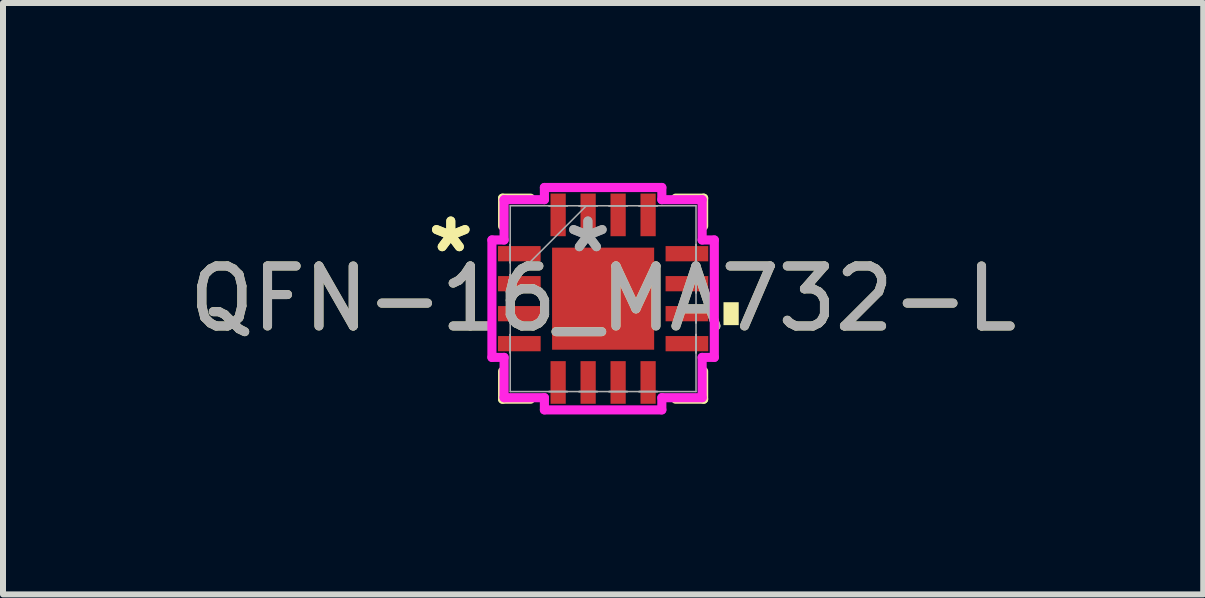
<source format=kicad_pcb>
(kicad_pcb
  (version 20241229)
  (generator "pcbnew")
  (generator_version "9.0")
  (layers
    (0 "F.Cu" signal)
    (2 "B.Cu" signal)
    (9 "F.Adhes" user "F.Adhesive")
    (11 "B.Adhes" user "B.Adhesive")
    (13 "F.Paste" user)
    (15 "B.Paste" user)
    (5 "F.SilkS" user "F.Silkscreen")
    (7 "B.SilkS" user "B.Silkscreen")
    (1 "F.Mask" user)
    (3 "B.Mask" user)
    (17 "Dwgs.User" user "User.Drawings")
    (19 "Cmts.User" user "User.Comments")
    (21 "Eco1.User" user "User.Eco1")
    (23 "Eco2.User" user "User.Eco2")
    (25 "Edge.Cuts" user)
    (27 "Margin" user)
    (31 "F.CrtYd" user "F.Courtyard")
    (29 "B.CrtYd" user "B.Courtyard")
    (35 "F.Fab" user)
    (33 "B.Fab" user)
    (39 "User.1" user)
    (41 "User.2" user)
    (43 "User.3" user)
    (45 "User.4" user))
  (footprint "QFN-16_MA732-L"
    (layer "F.Cu")
    (at 7.006 1.93)
    (property "Reference" "QFN-16_MA732-L" (at 0 0 0) (unlocked yes) (layer "F.SilkS") (effects (font (size 1 1) (thickness 0.15))))
    (attr smd)
    (fp_line (start -1.676 -1.676) (end -1.676 -1.21) (stroke (width 0.152) (type solid)) (layer "F.SilkS"))
    (fp_line (start -1.676 1.21) (end -1.676 1.676) (stroke (width 0.152) (type solid)) (layer "F.SilkS"))
    (fp_line (start -1.676 1.676) (end -1.21 1.676) (stroke (width 0.152) (type solid)) (layer "F.SilkS"))
    (fp_line (start -1.21 -1.676) (end -1.676 -1.676) (stroke (width 0.152) (type solid)) (layer "F.SilkS"))
    (fp_line (start 1.21 1.676) (end 1.676 1.676) (stroke (width 0.152) (type solid)) (layer "F.SilkS"))
    (fp_line (start 1.676 -1.676) (end 1.21 -1.676) (stroke (width 0.152) (type solid)) (layer "F.SilkS"))
    (fp_line (start 1.676 -1.21) (end 1.676 -1.676) (stroke (width 0.152) (type solid)) (layer "F.SilkS"))
    (fp_line (start 1.676 1.676) (end 1.676 1.21) (stroke (width 0.152) (type solid)) (layer "F.SilkS"))
    (fp_poly (pts (xy 2.261 0.059) (xy 2.261 0.441) (xy 2.007 0.441) (xy 2.007 0.059)) (stroke (width 0) (type solid)) (fill yes) (layer "F.SilkS"))
    (fp_line (start -1.854 -0.979) (end -1.651 -0.979) (stroke (width 0.152) (type solid)) (layer "F.CrtYd"))
    (fp_line (start -1.854 0.979) (end -1.854 -0.979) (stroke (width 0.152) (type solid)) (layer "F.CrtYd"))
    (fp_line (start -1.651 -1.651) (end -0.979 -1.651) (stroke (width 0.152) (type solid)) (layer "F.CrtYd"))
    (fp_line (start -1.651 -0.979) (end -1.651 -1.651) (stroke (width 0.152) (type solid)) (layer "F.CrtYd"))
    (fp_line (start -1.651 0.979) (end -1.854 0.979) (stroke (width 0.152) (type solid)) (layer "F.CrtYd"))
    (fp_line (start -1.651 1.651) (end -1.651 0.979) (stroke (width 0.152) (type solid)) (layer "F.CrtYd"))
    (fp_line (start -0.979 -1.854) (end 0.979 -1.854) (stroke (width 0.152) (type solid)) (layer "F.CrtYd"))
    (fp_line (start -0.979 -1.651) (end -0.979 -1.854) (stroke (width 0.152) (type solid)) (layer "F.CrtYd"))
    (fp_line (start -0.979 1.651) (end -1.651 1.651) (stroke (width 0.152) (type solid)) (layer "F.CrtYd"))
    (fp_line (start -0.979 1.854) (end -0.979 1.651) (stroke (width 0.152) (type solid)) (layer "F.CrtYd"))
    (fp_line (start 0.979 -1.854) (end 0.979 -1.651) (stroke (width 0.152) (type solid)) (layer "F.CrtYd"))
    (fp_line (start 0.979 -1.651) (end 1.651 -1.651) (stroke (width 0.152) (type solid)) (layer "F.CrtYd"))
    (fp_line (start 0.979 1.651) (end 0.979 1.854) (stroke (width 0.152) (type solid)) (layer "F.CrtYd"))
    (fp_line (start 0.979 1.854) (end -0.979 1.854) (stroke (width 0.152) (type solid)) (layer "F.CrtYd"))
    (fp_line (start 1.651 -1.651) (end 1.651 -0.979) (stroke (width 0.152) (type solid)) (layer "F.CrtYd"))
    (fp_line (start 1.651 -0.979) (end 1.854 -0.979) (stroke (width 0.152) (type solid)) (layer "F.CrtYd"))
    (fp_line (start 1.651 0.979) (end 1.651 1.651) (stroke (width 0.152) (type solid)) (layer "F.CrtYd"))
    (fp_line (start 1.651 1.651) (end 0.979 1.651) (stroke (width 0.152) (type solid)) (layer "F.CrtYd"))
    (fp_line (start 1.854 -0.979) (end 1.854 0.979) (stroke (width 0.152) (type solid)) (layer "F.CrtYd"))
    (fp_line (start 1.854 0.979) (end 1.651 0.979) (stroke (width 0.152) (type solid)) (layer "F.CrtYd"))
    (fp_line (start -1.549 -1.549) (end -1.549 1.549) (stroke (width 0.025) (type solid)) (layer "F.Fab"))
    (fp_line (start -1.549 -0.902) (end -1.549 -0.902) (stroke (width 0.025) (type solid)) (layer "F.Fab"))
    (fp_line (start -1.549 -0.902) (end -1.549 -0.598) (stroke (width 0.025) (type solid)) (layer "F.Fab"))
    (fp_line (start -1.549 -0.598) (end -1.549 -0.902) (stroke (width 0.025) (type solid)) (layer "F.Fab"))
    (fp_line (start -1.549 -0.598) (end -1.549 -0.598) (stroke (width 0.025) (type solid)) (layer "F.Fab"))
    (fp_line (start -1.549 -0.402) (end -1.549 -0.402) (stroke (width 0.025) (type solid)) (layer "F.Fab"))
    (fp_line (start -1.549 -0.402) (end -1.549 -0.098) (stroke (width 0.025) (type solid)) (layer "F.Fab"))
    (fp_line (start -1.549 -0.279) (end -0.279 -1.549) (stroke (width 0.025) (type solid)) (layer "F.Fab"))
    (fp_line (start -1.549 -0.098) (end -1.549 -0.402) (stroke (width 0.025) (type solid)) (layer "F.Fab"))
    (fp_line (start -1.549 -0.098) (end -1.549 -0.098) (stroke (width 0.025) (type solid)) (layer "F.Fab"))
    (fp_line (start -1.549 0.098) (end -1.549 0.098) (stroke (width 0.025) (type solid)) (layer "F.Fab"))
    (fp_line (start -1.549 0.098) (end -1.549 0.402) (stroke (width 0.025) (type solid)) (layer "F.Fab"))
    (fp_line (start -1.549 0.402) (end -1.549 0.098) (stroke (width 0.025) (type solid)) (layer "F.Fab"))
    (fp_line (start -1.549 0.402) (end -1.549 0.402) (stroke (width 0.025) (type solid)) (layer "F.Fab"))
    (fp_line (start -1.549 0.598) (end -1.549 0.598) (stroke (width 0.025) (type solid)) (layer "F.Fab"))
    (fp_line (start -1.549 0.598) (end -1.549 0.902) (stroke (width 0.025) (type solid)) (layer "F.Fab"))
    (fp_line (start -1.549 0.902) (end -1.549 0.598) (stroke (width 0.025) (type solid)) (layer "F.Fab"))
    (fp_line (start -1.549 0.902) (end -1.549 0.902) (stroke (width 0.025) (type solid)) (layer "F.Fab"))
    (fp_line (start -1.549 1.549) (end 1.549 1.549) (stroke (width 0.025) (type solid)) (layer "F.Fab"))
    (fp_line (start -0.902 -1.549) (end -0.902 -1.549) (stroke (width 0.025) (type solid)) (layer "F.Fab"))
    (fp_line (start -0.902 -1.549) (end -0.598 -1.549) (stroke (width 0.025) (type solid)) (layer "F.Fab"))
    (fp_line (start -0.902 1.549) (end -0.902 1.549) (stroke (width 0.025) (type solid)) (layer "F.Fab"))
    (fp_line (start -0.902 1.549) (end -0.598 1.549) (stroke (width 0.025) (type solid)) (layer "F.Fab"))
    (fp_line (start -0.598 -1.549) (end -0.902 -1.549) (stroke (width 0.025) (type solid)) (layer "F.Fab"))
    (fp_line (start -0.598 -1.549) (end -0.598 -1.549) (stroke (width 0.025) (type solid)) (layer "F.Fab"))
    (fp_line (start -0.598 1.549) (end -0.902 1.549) (stroke (width 0.025) (type solid)) (layer "F.Fab"))
    (fp_line (start -0.598 1.549) (end -0.598 1.549) (stroke (width 0.025) (type solid)) (layer "F.Fab"))
    (fp_line (start -0.402 -1.549) (end -0.402 -1.549) (stroke (width 0.025) (type solid)) (layer "F.Fab"))
    (fp_line (start -0.402 -1.549) (end -0.098 -1.549) (stroke (width 0.025) (type solid)) (layer "F.Fab"))
    (fp_line (start -0.402 1.549) (end -0.402 1.549) (stroke (width 0.025) (type solid)) (layer "F.Fab"))
    (fp_line (start -0.402 1.549) (end -0.098 1.549) (stroke (width 0.025) (type solid)) (layer "F.Fab"))
    (fp_line (start -0.098 -1.549) (end -0.402 -1.549) (stroke (width 0.025) (type solid)) (layer "F.Fab"))
    (fp_line (start -0.098 -1.549) (end -0.098 -1.549) (stroke (width 0.025) (type solid)) (layer "F.Fab"))
    (fp_line (start -0.098 1.549) (end -0.402 1.549) (stroke (width 0.025) (type solid)) (layer "F.Fab"))
    (fp_line (start -0.098 1.549) (end -0.098 1.549) (stroke (width 0.025) (type solid)) (layer "F.Fab"))
    (fp_line (start 0.098 -1.549) (end 0.098 -1.549) (stroke (width 0.025) (type solid)) (layer "F.Fab"))
    (fp_line (start 0.098 -1.549) (end 0.402 -1.549) (stroke (width 0.025) (type solid)) (layer "F.Fab"))
    (fp_line (start 0.098 1.549) (end 0.098 1.549) (stroke (width 0.025) (type solid)) (layer "F.Fab"))
    (fp_line (start 0.098 1.549) (end 0.402 1.549) (stroke (width 0.025) (type solid)) (layer "F.Fab"))
    (fp_line (start 0.402 -1.549) (end 0.098 -1.549) (stroke (width 0.025) (type solid)) (layer "F.Fab"))
    (fp_line (start 0.402 -1.549) (end 0.402 -1.549) (stroke (width 0.025) (type solid)) (layer "F.Fab"))
    (fp_line (start 0.402 1.549) (end 0.098 1.549) (stroke (width 0.025) (type solid)) (layer "F.Fab"))
    (fp_line (start 0.402 1.549) (end 0.402 1.549) (stroke (width 0.025) (type solid)) (layer "F.Fab"))
    (fp_line (start 0.598 -1.549) (end 0.598 -1.549) (stroke (width 0.025) (type solid)) (layer "F.Fab"))
    (fp_line (start 0.598 -1.549) (end 0.902 -1.549) (stroke (width 0.025) (type solid)) (layer "F.Fab"))
    (fp_line (start 0.598 1.549) (end 0.598 1.549) (stroke (width 0.025) (type solid)) (layer "F.Fab"))
    (fp_line (start 0.598 1.549) (end 0.902 1.549) (stroke (width 0.025) (type solid)) (layer "F.Fab"))
    (fp_line (start 0.902 -1.549) (end 0.598 -1.549) (stroke (width 0.025) (type solid)) (layer "F.Fab"))
    (fp_line (start 0.902 -1.549) (end 0.902 -1.549) (stroke (width 0.025) (type solid)) (layer "F.Fab"))
    (fp_line (start 0.902 1.549) (end 0.598 1.549) (stroke (width 0.025) (type solid)) (layer "F.Fab"))
    (fp_line (start 0.902 1.549) (end 0.902 1.549) (stroke (width 0.025) (type solid)) (layer "F.Fab"))
    (fp_line (start 1.549 -1.549) (end -1.549 -1.549) (stroke (width 0.025) (type solid)) (layer "F.Fab"))
    (fp_line (start 1.549 -0.902) (end 1.549 -0.902) (stroke (width 0.025) (type solid)) (layer "F.Fab"))
    (fp_line (start 1.549 -0.902) (end 1.549 -0.598) (stroke (width 0.025) (type solid)) (layer "F.Fab"))
    (fp_line (start 1.549 -0.598) (end 1.549 -0.902) (stroke (width 0.025) (type solid)) (layer "F.Fab"))
    (fp_line (start 1.549 -0.598) (end 1.549 -0.598) (stroke (width 0.025) (type solid)) (layer "F.Fab"))
    (fp_line (start 1.549 -0.402) (end 1.549 -0.402) (stroke (width 0.025) (type solid)) (layer "F.Fab"))
    (fp_line (start 1.549 -0.402) (end 1.549 -0.098) (stroke (width 0.025) (type solid)) (layer "F.Fab"))
    (fp_line (start 1.549 -0.098) (end 1.549 -0.402) (stroke (width 0.025) (type solid)) (layer "F.Fab"))
    (fp_line (start 1.549 -0.098) (end 1.549 -0.098) (stroke (width 0.025) (type solid)) (layer "F.Fab"))
    (fp_line (start 1.549 0.098) (end 1.549 0.098) (stroke (width 0.025) (type solid)) (layer "F.Fab"))
    (fp_line (start 1.549 0.098) (end 1.549 0.402) (stroke (width 0.025) (type solid)) (layer "F.Fab"))
    (fp_line (start 1.549 0.402) (end 1.549 0.098) (stroke (width 0.025) (type solid)) (layer "F.Fab"))
    (fp_line (start 1.549 0.402) (end 1.549 0.402) (stroke (width 0.025) (type solid)) (layer "F.Fab"))
    (fp_line (start 1.549 0.598) (end 1.549 0.598) (stroke (width 0.025) (type solid)) (layer "F.Fab"))
    (fp_line (start 1.549 0.598) (end 1.549 0.902) (stroke (width 0.025) (type solid)) (layer "F.Fab"))
    (fp_line (start 1.549 0.902) (end 1.549 0.598) (stroke (width 0.025) (type solid)) (layer "F.Fab"))
    (fp_line (start 1.549 0.902) (end 1.549 0.902) (stroke (width 0.025) (type solid)) (layer "F.Fab"))
    (fp_line (start 1.549 1.549) (end 1.549 -1.549) (stroke (width 0.025) (type solid)) (layer "F.Fab"))
    (fp_text user "*" (at -2.54 -0.75 0) (layer "F.SilkS") (effects (font (size 1 1) (thickness 0.15))))
    (fp_text user "*" (at -2.54 -0.75 0) (unlocked yes) (layer "F.SilkS") (effects (font (size 1 1) (thickness 0.15))))
    (fp_text user "*" (at -0.254 -0.75 0) (unlocked yes) (layer "F.Fab") (effects (font (size 1 1) (thickness 0.15))))
    (fp_text user "${REFERENCE}" (at 0 0 0) (unlocked yes) (layer "F.Fab") (effects (font (size 1 1) (thickness 0.15))))
    (fp_text user "*" (at -0.254 -0.75 0) (layer "F.Fab") (effects (font (size 1 1) (thickness 0.15))))
    (pad "1" smd rect (at -1.397 -0.75 90) (size 0.254 0.711) (layers "F.Cu" "F.Mask" "F.Paste"))
    (pad "2" smd rect (at -1.397 -0.25 90) (size 0.254 0.711) (layers "F.Cu" "F.Mask" "F.Paste"))
    (pad "3" smd rect (at -1.397 0.25 90) (size 0.254 0.711) (layers "F.Cu" "F.Mask" "F.Paste"))
    (pad "4" smd rect (at -1.397 0.75 90) (size 0.254 0.711) (layers "F.Cu" "F.Mask" "F.Paste"))
    (pad "5" smd rect (at -0.75 1.397) (size 0.254 0.711) (layers "F.Cu" "F.Mask" "F.Paste"))
    (pad "6" smd rect (at -0.25 1.397) (size 0.254 0.711) (layers "F.Cu" "F.Mask" "F.Paste"))
    (pad "7" smd rect (at 0.25 1.397) (size 0.254 0.711) (layers "F.Cu" "F.Mask" "F.Paste"))
    (pad "8" smd rect (at 0.75 1.397) (size 0.254 0.711) (layers "F.Cu" "F.Mask" "F.Paste"))
    (pad "9" smd rect (at 1.397 0.75 90) (size 0.254 0.711) (layers "F.Cu" "F.Mask" "F.Paste"))
    (pad "10" smd rect (at 1.397 0.25 90) (size 0.254 0.711) (layers "F.Cu" "F.Mask" "F.Paste"))
    (pad "11" smd rect (at 1.397 -0.25 90) (size 0.254 0.711) (layers "F.Cu" "F.Mask" "F.Paste"))
    (pad "12" smd rect (at 1.397 -0.75 90) (size 0.254 0.711) (layers "F.Cu" "F.Mask" "F.Paste"))
    (pad "13" smd rect (at 0.75 -1.397) (size 0.254 0.711) (layers "F.Cu" "F.Mask" "F.Paste"))
    (pad "14" smd rect (at 0.25 -1.397) (size 0.254 0.711) (layers "F.Cu" "F.Mask" "F.Paste"))
    (pad "15" smd rect (at -0.25 -1.397) (size 0.254 0.711) (layers "F.Cu" "F.Mask" "F.Paste"))
    (pad "16" smd rect (at -0.75 -1.397) (size 0.254 0.711) (layers "F.Cu" "F.Mask" "F.Paste"))
    (pad "17" smd rect (at 0 0) (size 1.702 1.702) (layers "F.Cu" "F.Mask" "F.Paste")))
  (gr_rect
    (start -3 -3)
    (end 17.012 6.861)
    (stroke (width 0.1) (type default))
    (fill no)
    (layer "Edge.Cuts")))
</source>
